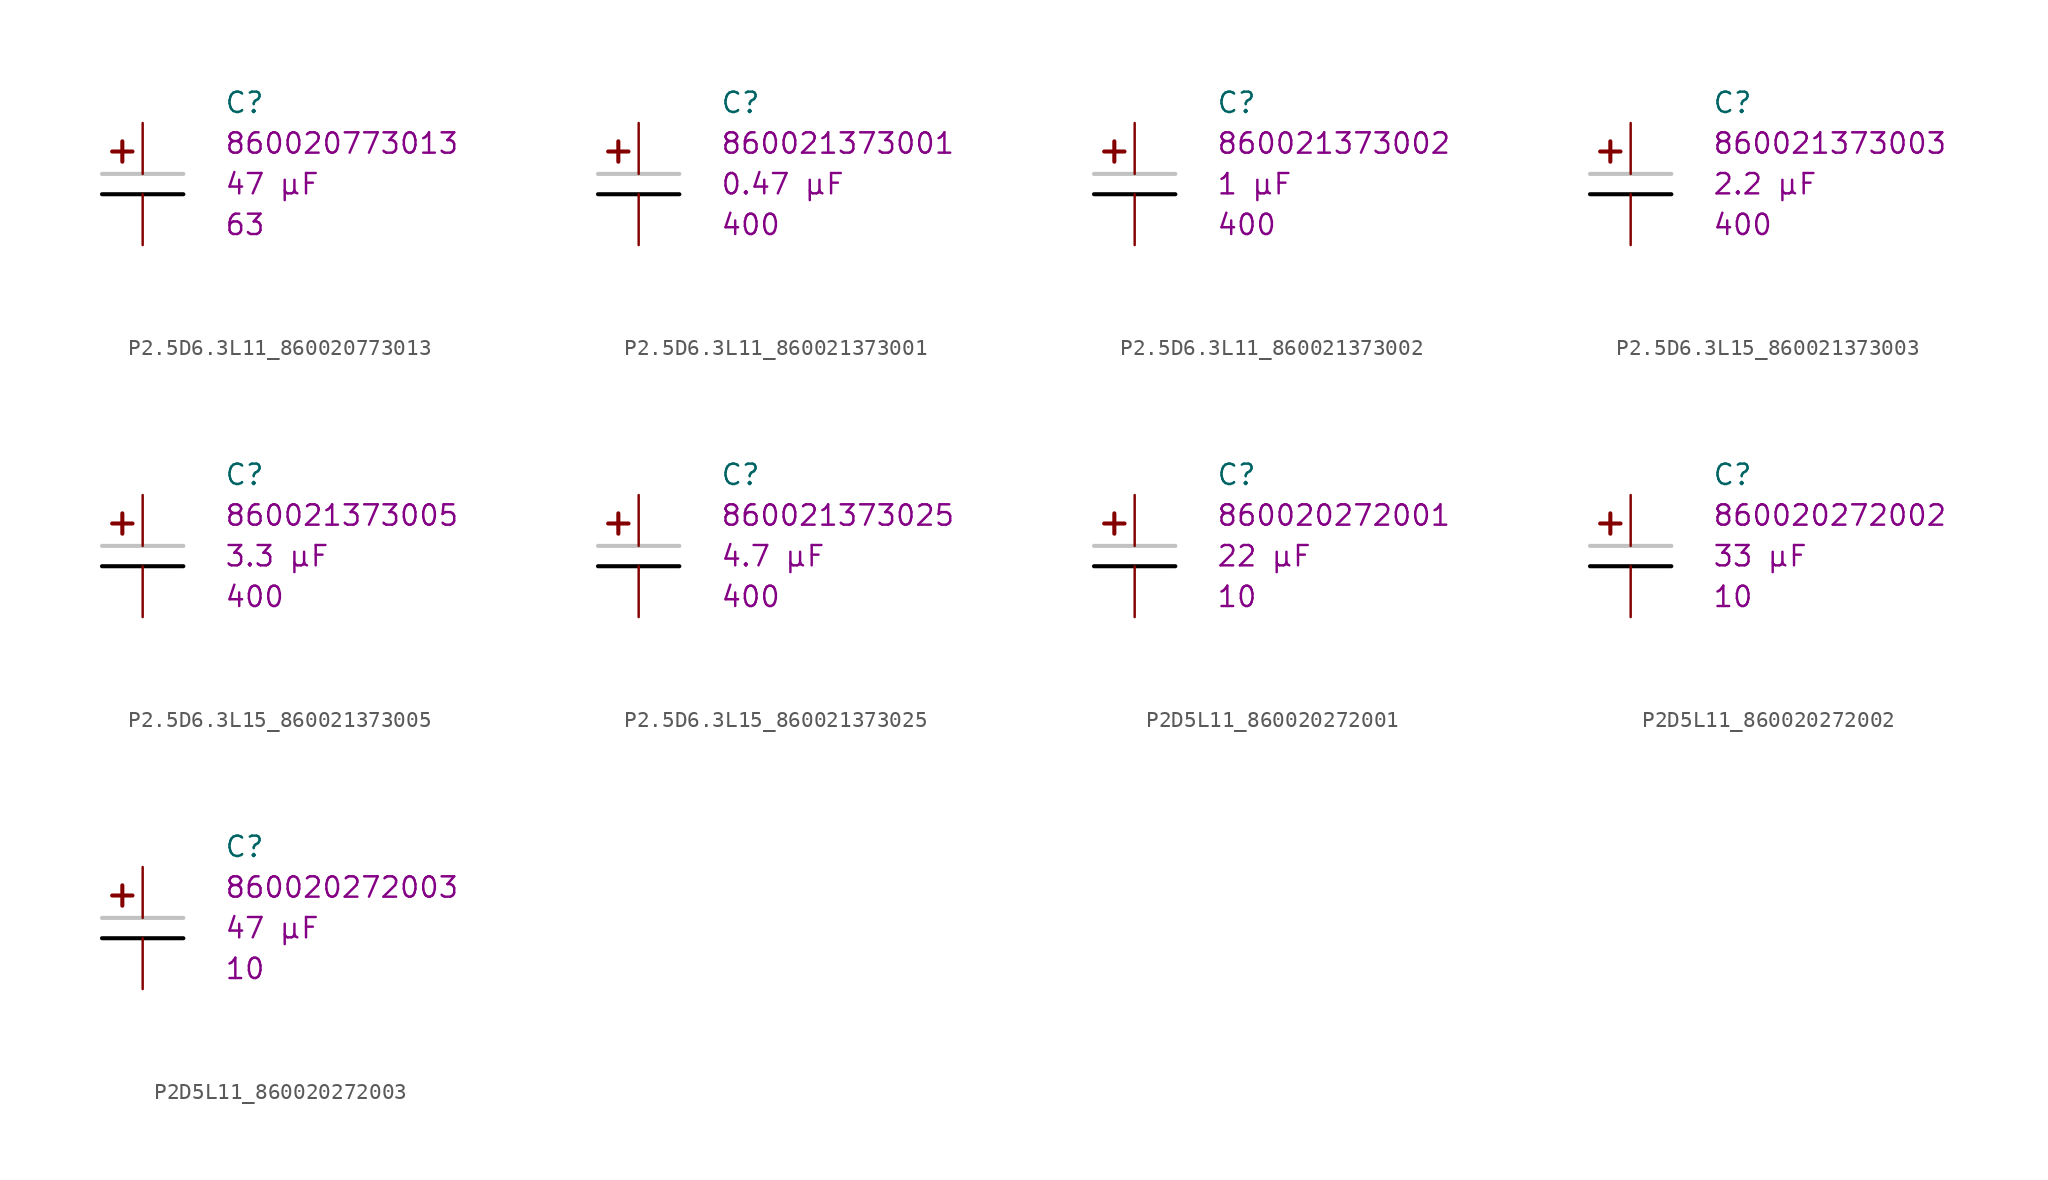
<source format=kicad_sym>
(kicad_symbol_lib
  (version 20220914)
  (generator kicad_symbol_editor)
  (symbol "P2.5D6.3L11_860020773013"
    (pin_numbers hide)
    (pin_names hide)
    (property "Reference" "C"
      (at 5.08 5.08 0)
      (effects (font (size 1.27 1.27)) (justify left)))
    (property "Part Number" "860020773013"
      (at 5.08 2.54 0)
      (effects (font (size 1.27 1.27)) (justify left)))
    (property "Capacitance" "47 µF"
      (at 5.08 0 0)
      (effects (font (size 1.27 1.27)) (justify left)))
    (property "Voltage" "63"
      (at 5.08 -2.54 0)
      (effects (font (size 1.27 1.27)) (justify left)))
    (property "Critical Parameter" ""
      (at 0 -7.62 0)
      (effects (font (size 1.27 1.27))))
    (symbol "P2.5D6.3L11_860020773013_1_1"
      (polyline (pts (xy -1.27 2.667) (xy -1.27 1.397)) (stroke (width 0.254) (type default)) (fill (type none)))
      (polyline (pts (xy -0.635 2.032) (xy -1.905 2.032)) (stroke (width 0.254) (type default)) (fill (type none)))
      (polyline (pts (xy 2.54 -0.635) (xy -2.54 -0.635)) (stroke (width 0.254) (type default) (color 0 0 0 1)) (fill (type none)))
      (polyline (pts (xy 2.54 0.635) (xy -2.54 0.635)) (stroke (width 0.254) (type default) (color 194 194 194 1)) (fill (type none)))
      (pin passive line (at 0 3.81 270) (length 3.175) (name "1" (effects (font (size 1.27 1.27)))) (number "1" (effects (font (size 1.27 1.27)))))
      (pin passive line (at 0 -3.81 90) (length 3.175) (name "2" (effects (font (size 1.27 1.27)))) (number "2" (effects (font (size 1.27 1.27)))))))
  (symbol "P2.5D6.3L11_860021373001"
    (pin_numbers hide)
    (pin_names hide)
    (property "Reference" "C"
      (at 5.08 5.08 0)
      (effects (font (size 1.27 1.27)) (justify left)))
    (property "Part Number" "860021373001"
      (at 5.08 2.54 0)
      (effects (font (size 1.27 1.27)) (justify left)))
    (property "Capacitance" "0.47 µF"
      (at 5.08 0 0)
      (effects (font (size 1.27 1.27)) (justify left)))
    (property "Voltage" "400"
      (at 5.08 -2.54 0)
      (effects (font (size 1.27 1.27)) (justify left)))
    (property "Critical Parameter" ""
      (at 0 -7.62 0)
      (effects (font (size 1.27 1.27))))
    (symbol "P2.5D6.3L11_860021373001_1_1"
      (polyline (pts (xy -1.27 2.667) (xy -1.27 1.397)) (stroke (width 0.254) (type default)) (fill (type none)))
      (polyline (pts (xy -0.635 2.032) (xy -1.905 2.032)) (stroke (width 0.254) (type default)) (fill (type none)))
      (polyline (pts (xy 2.54 -0.635) (xy -2.54 -0.635)) (stroke (width 0.254) (type default) (color 0 0 0 1)) (fill (type none)))
      (polyline (pts (xy 2.54 0.635) (xy -2.54 0.635)) (stroke (width 0.254) (type default) (color 194 194 194 1)) (fill (type none)))
      (pin passive line (at 0 3.81 270) (length 3.175) (name "1" (effects (font (size 1.27 1.27)))) (number "1" (effects (font (size 1.27 1.27)))))
      (pin passive line (at 0 -3.81 90) (length 3.175) (name "2" (effects (font (size 1.27 1.27)))) (number "2" (effects (font (size 1.27 1.27)))))))
  (symbol "P2.5D6.3L11_860021373002"
    (pin_numbers hide)
    (pin_names hide)
    (property "Reference" "C"
      (at 5.08 5.08 0)
      (effects (font (size 1.27 1.27)) (justify left)))
    (property "Part Number" "860021373002"
      (at 5.08 2.54 0)
      (effects (font (size 1.27 1.27)) (justify left)))
    (property "Capacitance" "1 µF"
      (at 5.08 0 0)
      (effects (font (size 1.27 1.27)) (justify left)))
    (property "Voltage" "400"
      (at 5.08 -2.54 0)
      (effects (font (size 1.27 1.27)) (justify left)))
    (property "Critical Parameter" ""
      (at 0 -7.62 0)
      (effects (font (size 1.27 1.27))))
    (symbol "P2.5D6.3L11_860021373002_1_1"
      (polyline (pts (xy -1.27 2.667) (xy -1.27 1.397)) (stroke (width 0.254) (type default)) (fill (type none)))
      (polyline (pts (xy -0.635 2.032) (xy -1.905 2.032)) (stroke (width 0.254) (type default)) (fill (type none)))
      (polyline (pts (xy 2.54 -0.635) (xy -2.54 -0.635)) (stroke (width 0.254) (type default) (color 0 0 0 1)) (fill (type none)))
      (polyline (pts (xy 2.54 0.635) (xy -2.54 0.635)) (stroke (width 0.254) (type default) (color 194 194 194 1)) (fill (type none)))
      (pin passive line (at 0 3.81 270) (length 3.175) (name "1" (effects (font (size 1.27 1.27)))) (number "1" (effects (font (size 1.27 1.27)))))
      (pin passive line (at 0 -3.81 90) (length 3.175) (name "2" (effects (font (size 1.27 1.27)))) (number "2" (effects (font (size 1.27 1.27)))))))
  (symbol "P2.5D6.3L15_860021373003"
    (pin_numbers hide)
    (pin_names hide)
    (property "Reference" "C"
      (at 5.08 5.08 0)
      (effects (font (size 1.27 1.27)) (justify left)))
    (property "Part Number" "860021373003"
      (at 5.08 2.54 0)
      (effects (font (size 1.27 1.27)) (justify left)))
    (property "Capacitance" "2.2 µF"
      (at 5.08 0 0)
      (effects (font (size 1.27 1.27)) (justify left)))
    (property "Voltage" "400"
      (at 5.08 -2.54 0)
      (effects (font (size 1.27 1.27)) (justify left)))
    (property "Critical Parameter" ""
      (at 0 -7.62 0)
      (effects (font (size 1.27 1.27))))
    (symbol "P2.5D6.3L15_860021373003_1_1"
      (polyline (pts (xy -1.27 2.667) (xy -1.27 1.397)) (stroke (width 0.254) (type default)) (fill (type none)))
      (polyline (pts (xy -0.635 2.032) (xy -1.905 2.032)) (stroke (width 0.254) (type default)) (fill (type none)))
      (polyline (pts (xy 2.54 -0.635) (xy -2.54 -0.635)) (stroke (width 0.254) (type default) (color 0 0 0 1)) (fill (type none)))
      (polyline (pts (xy 2.54 0.635) (xy -2.54 0.635)) (stroke (width 0.254) (type default) (color 194 194 194 1)) (fill (type none)))
      (pin passive line (at 0 3.81 270) (length 3.175) (name "1" (effects (font (size 1.27 1.27)))) (number "1" (effects (font (size 1.27 1.27)))))
      (pin passive line (at 0 -3.81 90) (length 3.175) (name "2" (effects (font (size 1.27 1.27)))) (number "2" (effects (font (size 1.27 1.27)))))))
  (symbol "P2.5D6.3L15_860021373005"
    (pin_numbers hide)
    (pin_names hide)
    (property "Reference" "C"
      (at 5.08 5.08 0)
      (effects (font (size 1.27 1.27)) (justify left)))
    (property "Part Number" "860021373005"
      (at 5.08 2.54 0)
      (effects (font (size 1.27 1.27)) (justify left)))
    (property "Capacitance" "3.3 µF"
      (at 5.08 0 0)
      (effects (font (size 1.27 1.27)) (justify left)))
    (property "Voltage" "400"
      (at 5.08 -2.54 0)
      (effects (font (size 1.27 1.27)) (justify left)))
    (property "Critical Parameter" ""
      (at 0 -7.62 0)
      (effects (font (size 1.27 1.27))))
    (symbol "P2.5D6.3L15_860021373005_1_1"
      (polyline (pts (xy -1.27 2.667) (xy -1.27 1.397)) (stroke (width 0.254) (type default)) (fill (type none)))
      (polyline (pts (xy -0.635 2.032) (xy -1.905 2.032)) (stroke (width 0.254) (type default)) (fill (type none)))
      (polyline (pts (xy 2.54 -0.635) (xy -2.54 -0.635)) (stroke (width 0.254) (type default) (color 0 0 0 1)) (fill (type none)))
      (polyline (pts (xy 2.54 0.635) (xy -2.54 0.635)) (stroke (width 0.254) (type default) (color 194 194 194 1)) (fill (type none)))
      (pin passive line (at 0 3.81 270) (length 3.175) (name "1" (effects (font (size 1.27 1.27)))) (number "1" (effects (font (size 1.27 1.27)))))
      (pin passive line (at 0 -3.81 90) (length 3.175) (name "2" (effects (font (size 1.27 1.27)))) (number "2" (effects (font (size 1.27 1.27)))))))
  (symbol "P2.5D6.3L15_860021373025"
    (pin_numbers hide)
    (pin_names hide)
    (property "Reference" "C"
      (at 5.08 5.08 0)
      (effects (font (size 1.27 1.27)) (justify left)))
    (property "Part Number" "860021373025"
      (at 5.08 2.54 0)
      (effects (font (size 1.27 1.27)) (justify left)))
    (property "Capacitance" "4.7 µF"
      (at 5.08 0 0)
      (effects (font (size 1.27 1.27)) (justify left)))
    (property "Voltage" "400"
      (at 5.08 -2.54 0)
      (effects (font (size 1.27 1.27)) (justify left)))
    (property "Critical Parameter" ""
      (at 0 -7.62 0)
      (effects (font (size 1.27 1.27))))
    (symbol "P2.5D6.3L15_860021373025_1_1"
      (polyline (pts (xy -1.27 2.667) (xy -1.27 1.397)) (stroke (width 0.254) (type default)) (fill (type none)))
      (polyline (pts (xy -0.635 2.032) (xy -1.905 2.032)) (stroke (width 0.254) (type default)) (fill (type none)))
      (polyline (pts (xy 2.54 -0.635) (xy -2.54 -0.635)) (stroke (width 0.254) (type default) (color 0 0 0 1)) (fill (type none)))
      (polyline (pts (xy 2.54 0.635) (xy -2.54 0.635)) (stroke (width 0.254) (type default) (color 194 194 194 1)) (fill (type none)))
      (pin passive line (at 0 3.81 270) (length 3.175) (name "1" (effects (font (size 1.27 1.27)))) (number "1" (effects (font (size 1.27 1.27)))))
      (pin passive line (at 0 -3.81 90) (length 3.175) (name "2" (effects (font (size 1.27 1.27)))) (number "2" (effects (font (size 1.27 1.27)))))))
  (symbol "P2D5L11_860020272001"
    (pin_numbers hide)
    (pin_names hide)
    (property "Reference" "C"
      (at 5.08 5.08 0)
      (effects (font (size 1.27 1.27)) (justify left)))
    (property "Part Number" "860020272001"
      (at 5.08 2.54 0)
      (effects (font (size 1.27 1.27)) (justify left)))
    (property "Capacitance" "22 µF"
      (at 5.08 0 0)
      (effects (font (size 1.27 1.27)) (justify left)))
    (property "Voltage" "10"
      (at 5.08 -2.54 0)
      (effects (font (size 1.27 1.27)) (justify left)))
    (property "Critical Parameter" ""
      (at 0 -7.62 0)
      (effects (font (size 1.27 1.27))))
    (symbol "P2D5L11_860020272001_1_1"
      (polyline (pts (xy -1.27 2.667) (xy -1.27 1.397)) (stroke (width 0.254) (type default)) (fill (type none)))
      (polyline (pts (xy -0.635 2.032) (xy -1.905 2.032)) (stroke (width 0.254) (type default)) (fill (type none)))
      (polyline (pts (xy 2.54 -0.635) (xy -2.54 -0.635)) (stroke (width 0.254) (type default) (color 0 0 0 1)) (fill (type none)))
      (polyline (pts (xy 2.54 0.635) (xy -2.54 0.635)) (stroke (width 0.254) (type default) (color 194 194 194 1)) (fill (type none)))
      (pin passive line (at 0 3.81 270) (length 3.175) (name "1" (effects (font (size 1.27 1.27)))) (number "1" (effects (font (size 1.27 1.27)))))
      (pin passive line (at 0 -3.81 90) (length 3.175) (name "2" (effects (font (size 1.27 1.27)))) (number "2" (effects (font (size 1.27 1.27)))))))
  (symbol "P2D5L11_860020272002"
    (pin_numbers hide)
    (pin_names hide)
    (property "Reference" "C"
      (at 5.08 5.08 0)
      (effects (font (size 1.27 1.27)) (justify left)))
    (property "Part Number" "860020272002"
      (at 5.08 2.54 0)
      (effects (font (size 1.27 1.27)) (justify left)))
    (property "Capacitance" "33 µF"
      (at 5.08 0 0)
      (effects (font (size 1.27 1.27)) (justify left)))
    (property "Voltage" "10"
      (at 5.08 -2.54 0)
      (effects (font (size 1.27 1.27)) (justify left)))
    (property "Critical Parameter" ""
      (at 0 -7.62 0)
      (effects (font (size 1.27 1.27))))
    (symbol "P2D5L11_860020272002_1_1"
      (polyline (pts (xy -1.27 2.667) (xy -1.27 1.397)) (stroke (width 0.254) (type default)) (fill (type none)))
      (polyline (pts (xy -0.635 2.032) (xy -1.905 2.032)) (stroke (width 0.254) (type default)) (fill (type none)))
      (polyline (pts (xy 2.54 -0.635) (xy -2.54 -0.635)) (stroke (width 0.254) (type default) (color 0 0 0 1)) (fill (type none)))
      (polyline (pts (xy 2.54 0.635) (xy -2.54 0.635)) (stroke (width 0.254) (type default) (color 194 194 194 1)) (fill (type none)))
      (pin passive line (at 0 3.81 270) (length 3.175) (name "1" (effects (font (size 1.27 1.27)))) (number "1" (effects (font (size 1.27 1.27)))))
      (pin passive line (at 0 -3.81 90) (length 3.175) (name "2" (effects (font (size 1.27 1.27)))) (number "2" (effects (font (size 1.27 1.27)))))))
  (symbol "P2D5L11_860020272003"
    (pin_numbers hide)
    (pin_names hide)
    (property "Reference" "C"
      (at 5.08 5.08 0)
      (effects (font (size 1.27 1.27)) (justify left)))
    (property "Part Number" "860020272003"
      (at 5.08 2.54 0)
      (effects (font (size 1.27 1.27)) (justify left)))
    (property "Capacitance" "47 µF"
      (at 5.08 0 0)
      (effects (font (size 1.27 1.27)) (justify left)))
    (property "Voltage" "10"
      (at 5.08 -2.54 0)
      (effects (font (size 1.27 1.27)) (justify left)))
    (property "Critical Parameter" ""
      (at 0 -7.62 0)
      (effects (font (size 1.27 1.27))))
    (symbol "P2D5L11_860020272003_1_1"
      (polyline (pts (xy -1.27 2.667) (xy -1.27 1.397)) (stroke (width 0.254) (type default)) (fill (type none)))
      (polyline (pts (xy -0.635 2.032) (xy -1.905 2.032)) (stroke (width 0.254) (type default)) (fill (type none)))
      (polyline (pts (xy 2.54 -0.635) (xy -2.54 -0.635)) (stroke (width 0.254) (type default) (color 0 0 0 1)) (fill (type none)))
      (polyline (pts (xy 2.54 0.635) (xy -2.54 0.635)) (stroke (width 0.254) (type default) (color 194 194 194 1)) (fill (type none)))
      (pin passive line (at 0 3.81 270) (length 3.175) (name "1" (effects (font (size 1.27 1.27)))) (number "1" (effects (font (size 1.27 1.27)))))
      (pin passive line (at 0 -3.81 90) (length 3.175) (name "2" (effects (font (size 1.27 1.27)))) (number "2" (effects (font (size 1.27 1.27))))))))
</source>
